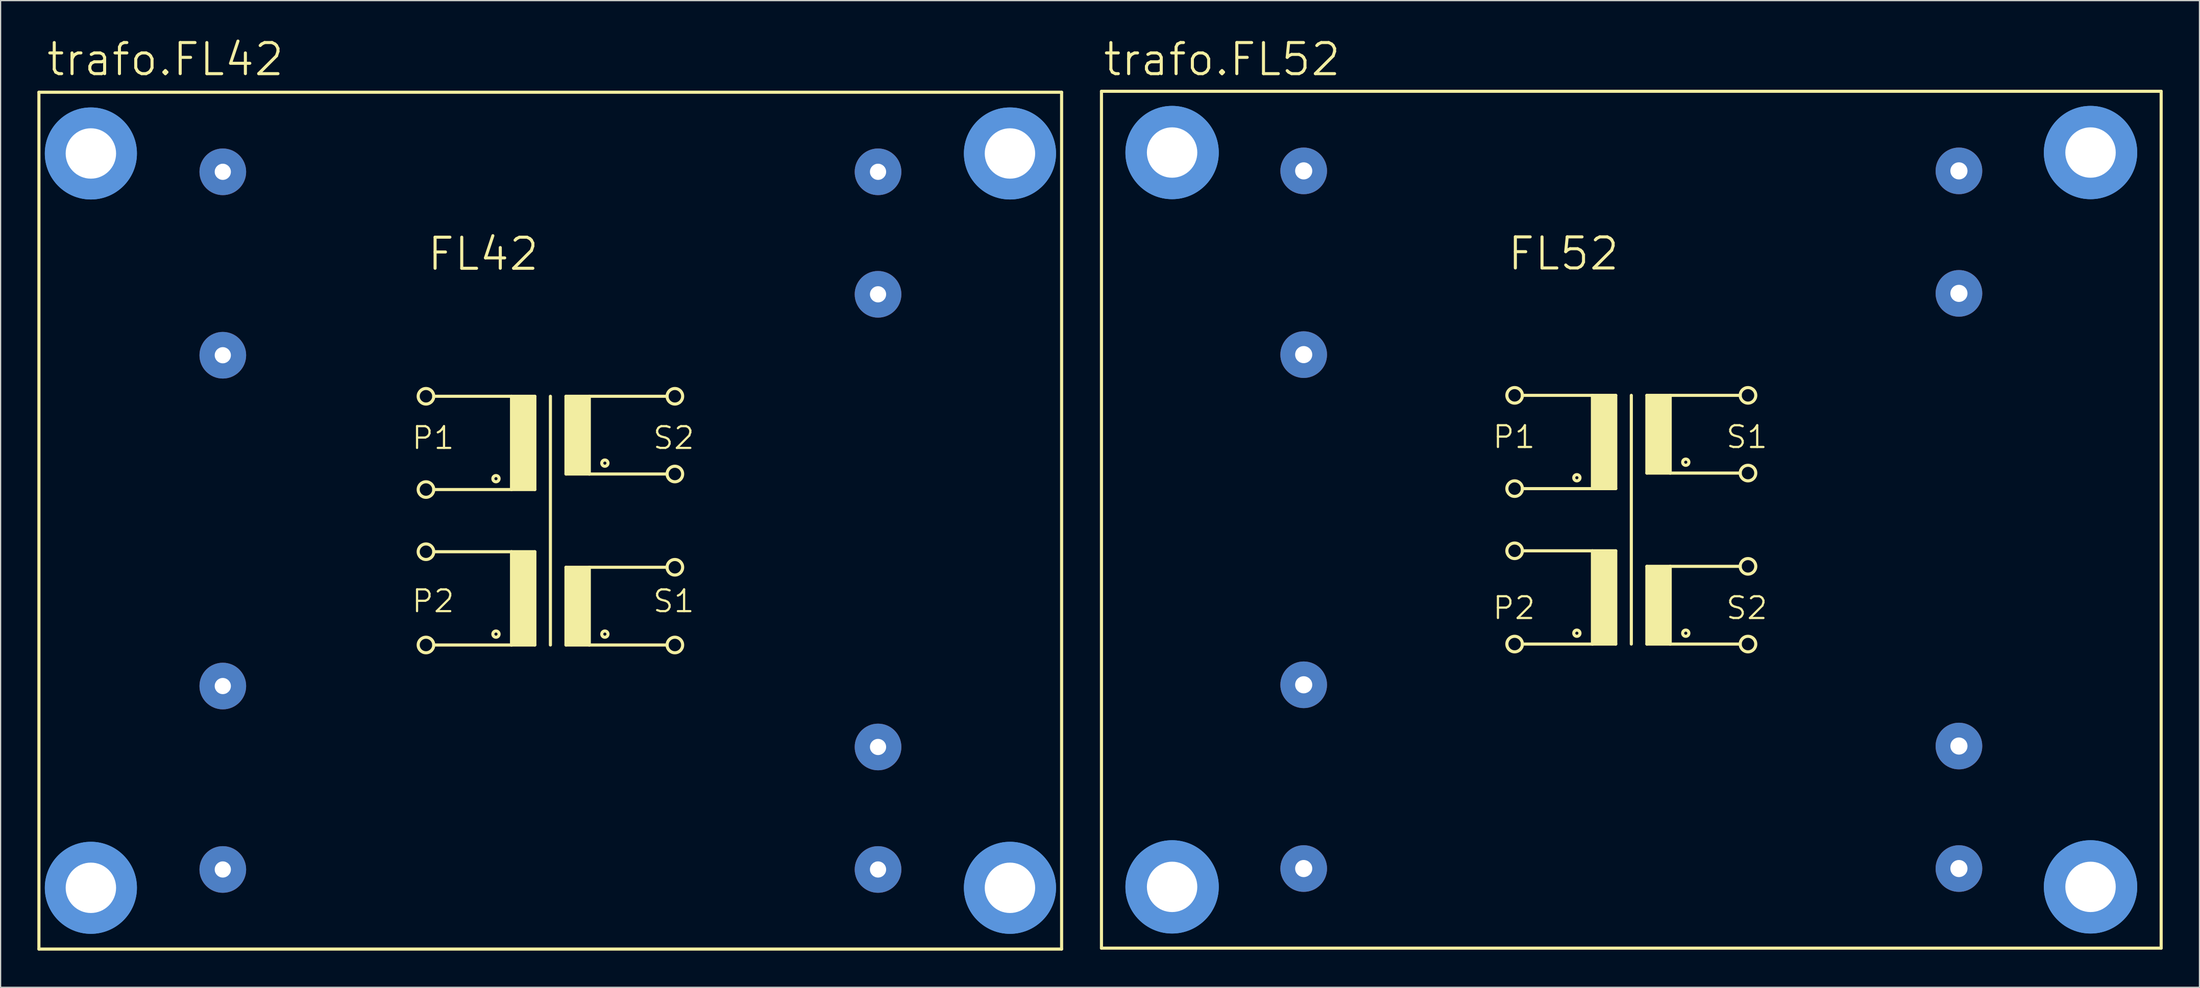
<source format=kicad_pcb>
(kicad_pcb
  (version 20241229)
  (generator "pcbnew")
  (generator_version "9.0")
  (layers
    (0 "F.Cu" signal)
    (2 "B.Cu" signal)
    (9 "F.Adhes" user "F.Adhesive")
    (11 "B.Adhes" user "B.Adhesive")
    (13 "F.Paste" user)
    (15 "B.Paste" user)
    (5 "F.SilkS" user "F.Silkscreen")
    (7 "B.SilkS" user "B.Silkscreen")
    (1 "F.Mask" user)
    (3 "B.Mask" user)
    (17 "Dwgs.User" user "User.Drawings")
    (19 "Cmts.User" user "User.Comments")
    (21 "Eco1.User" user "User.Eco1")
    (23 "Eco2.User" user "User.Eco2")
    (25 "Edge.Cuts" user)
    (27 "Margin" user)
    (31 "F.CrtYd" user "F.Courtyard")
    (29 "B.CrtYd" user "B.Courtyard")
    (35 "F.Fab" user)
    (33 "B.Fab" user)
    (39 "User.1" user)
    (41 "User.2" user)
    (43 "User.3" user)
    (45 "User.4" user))
  (footprint "trafo.FL52"
    (layer "F.Cu")
    (at 130.127 39.409)
    (property "Reference" "trafo.FL52" (at -43.256 -36.119 0) (layer "F.SilkS") (effects (font (size 2.54 2.54) (thickness 0.25)) (justify left bottom)))
    (attr through_hole)
    (fp_line (start -43.256 35.001) (end -43.256 -35.001) (stroke (width 0.254) (type default)) (layer "F.SilkS"))
    (fp_line (start -43.256 35.001) (end 43.256 35.001) (stroke (width 0.254) (type default)) (layer "F.SilkS"))
    (fp_line (start -8.89 -10.16) (end -3.175 -10.16) (stroke (width 0.254) (type default)) (layer "F.SilkS"))
    (fp_line (start -8.89 2.54) (end -3.175 2.54) (stroke (width 0.254) (type default)) (layer "F.SilkS"))
    (fp_line (start -3.175 -10.16) (end -3.175 -2.54) (stroke (width 0.254) (type default)) (layer "F.SilkS"))
    (fp_line (start -3.175 -10.16) (end -1.27 -10.16) (stroke (width 0.254) (type default)) (layer "F.SilkS"))
    (fp_line (start -3.175 -2.54) (end -8.89 -2.54) (stroke (width 0.254) (type default)) (layer "F.SilkS"))
    (fp_line (start -3.175 2.54) (end -3.175 10.16) (stroke (width 0.254) (type default)) (layer "F.SilkS"))
    (fp_line (start -3.175 2.54) (end -1.27 2.54) (stroke (width 0.254) (type default)) (layer "F.SilkS"))
    (fp_line (start -3.175 10.16) (end -8.89 10.16) (stroke (width 0.254) (type default)) (layer "F.SilkS"))
    (fp_line (start -1.27 -10.16) (end -1.27 -2.54) (stroke (width 0.254) (type default)) (layer "F.SilkS"))
    (fp_line (start -1.27 -2.54) (end -3.175 -2.54) (stroke (width 0.254) (type default)) (layer "F.SilkS"))
    (fp_line (start -1.27 2.54) (end -1.27 10.16) (stroke (width 0.254) (type default)) (layer "F.SilkS"))
    (fp_line (start -1.27 10.16) (end -3.175 10.16) (stroke (width 0.254) (type default)) (layer "F.SilkS"))
    (fp_line (start 0 -10.16) (end 0 10.16) (stroke (width 0.254) (type default)) (layer "F.SilkS"))
    (fp_line (start 1.27 -10.16) (end 1.27 -3.81) (stroke (width 0.254) (type default)) (layer "F.SilkS"))
    (fp_line (start 1.27 -10.16) (end 3.175 -10.16) (stroke (width 0.254) (type default)) (layer "F.SilkS"))
    (fp_line (start 1.27 -3.81) (end 3.175 -3.81) (stroke (width 0.254) (type default)) (layer "F.SilkS"))
    (fp_line (start 1.27 3.81) (end 1.27 10.16) (stroke (width 0.254) (type default)) (layer "F.SilkS"))
    (fp_line (start 1.27 3.81) (end 3.175 3.81) (stroke (width 0.254) (type default)) (layer "F.SilkS"))
    (fp_line (start 1.27 10.16) (end 3.175 10.16) (stroke (width 0.254) (type default)) (layer "F.SilkS"))
    (fp_line (start 3.175 -10.16) (end 8.89 -10.16) (stroke (width 0.254) (type default)) (layer "F.SilkS"))
    (fp_line (start 3.175 -3.81) (end 3.175 -10.16) (stroke (width 0.254) (type default)) (layer "F.SilkS"))
    (fp_line (start 3.175 -3.81) (end 8.89 -3.81) (stroke (width 0.254) (type default)) (layer "F.SilkS"))
    (fp_line (start 3.175 3.81) (end 8.89 3.81) (stroke (width 0.254) (type default)) (layer "F.SilkS"))
    (fp_line (start 3.175 10.16) (end 3.175 3.81) (stroke (width 0.254) (type default)) (layer "F.SilkS"))
    (fp_line (start 3.175 10.16) (end 8.89 10.16) (stroke (width 0.254) (type default)) (layer "F.SilkS"))
    (fp_line (start 43.256 -35.001) (end -43.256 -35.001) (stroke (width 0.254) (type default)) (layer "F.SilkS"))
    (fp_line (start 43.256 -35.001) (end 43.256 35.001) (stroke (width 0.254) (type default)) (layer "F.SilkS"))
    (fp_rect (start -3.175 -2.54) (end -1.27 -10.16) (stroke (width 0.05) (type default)) (fill yes) (layer "F.SilkS"))
    (fp_rect (start -3.175 10.16) (end -1.27 2.54) (stroke (width 0.05) (type default)) (fill yes) (layer "F.SilkS"))
    (fp_rect (start 1.27 -3.81) (end 3.175 -10.16) (stroke (width 0.05) (type default)) (fill yes) (layer "F.SilkS"))
    (fp_rect (start 1.27 10.16) (end 3.175 3.81) (stroke (width 0.05) (type default)) (fill yes) (layer "F.SilkS"))
    (fp_circle (center -9.525 -10.16) (end -8.89 -10.16) (stroke (width 0.254) (type default)) (fill no) (layer "F.SilkS"))
    (fp_circle (center -9.525 -2.54) (end -8.89 -2.54) (stroke (width 0.254) (type default)) (fill no) (layer "F.SilkS"))
    (fp_circle (center -9.525 2.54) (end -8.89 2.54) (stroke (width 0.254) (type default)) (fill no) (layer "F.SilkS"))
    (fp_circle (center -9.525 10.16) (end -8.89 10.16) (stroke (width 0.254) (type default)) (fill no) (layer "F.SilkS"))
    (fp_circle (center -4.445 -3.429) (end -4.191 -3.429) (stroke (width 0.254) (type default)) (fill no) (layer "F.SilkS"))
    (fp_circle (center -4.445 9.271) (end -4.191 9.271) (stroke (width 0.254) (type default)) (fill no) (layer "F.SilkS"))
    (fp_circle (center 4.445 -4.699) (end 4.699 -4.699) (stroke (width 0.254) (type default)) (fill no) (layer "F.SilkS"))
    (fp_circle (center 4.445 9.271) (end 4.699 9.271) (stroke (width 0.254) (type default)) (fill no) (layer "F.SilkS"))
    (fp_circle (center 9.525 -10.16) (end 10.16 -10.16) (stroke (width 0.254) (type default)) (fill no) (layer "F.SilkS"))
    (fp_circle (center 9.525 -3.81) (end 10.16 -3.81) (stroke (width 0.254) (type default)) (fill no) (layer "F.SilkS"))
    (fp_circle (center 9.525 3.81) (end 10.16 3.81) (stroke (width 0.254) (type default)) (fill no) (layer "F.SilkS"))
    (fp_circle (center 9.525 10.16) (end 10.16 10.16) (stroke (width 0.254) (type default)) (fill no) (layer "F.SilkS"))
    (fp_circle (center -37.49 -29.997) (end -34.569 -29.997) (stroke (width 1.778) (type default)) (fill no) (layer "Cmts.User"))
    (fp_circle (center -37.49 -29.997) (end -34.569 -29.997) (stroke (width 1.778) (type default)) (fill no) (layer "Cmts.User"))
    (fp_circle (center -37.49 29.997) (end -34.569 29.997) (stroke (width 1.778) (type default)) (fill no) (layer "Cmts.User"))
    (fp_circle (center -37.49 29.997) (end -34.569 29.997) (stroke (width 1.778) (type default)) (fill no) (layer "Cmts.User"))
    (fp_circle (center 37.49 -29.997) (end 40.411 -29.997) (stroke (width 1.778) (type default)) (fill no) (layer "Cmts.User"))
    (fp_circle (center 37.49 -29.997) (end 40.411 -29.997) (stroke (width 1.778) (type default)) (fill no) (layer "Cmts.User"))
    (fp_circle (center 37.49 29.997) (end 40.411 29.997) (stroke (width 1.778) (type default)) (fill no) (layer "Cmts.User"))
    (fp_circle (center 37.49 29.997) (end 40.411 29.997) (stroke (width 1.778) (type default)) (fill no) (layer "Cmts.User"))
    (fp_text user "S2" (at 7.62 8.255 0) (layer "F.SilkS") (effects (font (size 1.778 1.778) (thickness 0.18)) (justify left bottom)))
    (fp_text user "S1" (at 7.62 -5.715 0) (layer "F.SilkS") (effects (font (size 1.778 1.778) (thickness 0.18)) (justify left bottom)))
    (fp_text user "FL52" (at -10.236 -20.244 0) (layer "F.SilkS") (effects (font (size 2.54 2.54) (thickness 0.25)) (justify left bottom)))
    (fp_text user "P1" (at -11.43 -5.715 0) (layer "F.SilkS") (effects (font (size 1.778 1.778) (thickness 0.18)) (justify left bottom)))
    (fp_text user "P2" (at -11.43 8.255 0) (layer "F.SilkS") (effects (font (size 1.778 1.778) (thickness 0.18)) (justify left bottom)))
    (pad "" np_thru_hole circle (at -37.49 -29.997) (size 4.115 4.115) (drill 4.115) (layers "*.Cu" "*.Mask"))
    (pad "" np_thru_hole circle (at -37.49 29.997) (size 4.115 4.115) (drill 4.115) (layers "*.Cu" "*.Mask"))
    (pad "" np_thru_hole circle (at 37.49 -29.997) (size 4.115 4.115) (drill 4.115) (layers "*.Cu" "*.Mask"))
    (pad "" np_thru_hole circle (at 37.49 29.997) (size 4.115 4.115) (drill 4.115) (layers "*.Cu" "*.Mask"))
    (pad "1" thru_hole circle (at -26.746 -28.499) (size 3.81 3.81) (drill 1.397) (layers "*.Cu" "*.Mask"))
    (pad "2" thru_hole circle (at -26.746 -13.487) (size 3.81 3.81) (drill 1.397) (layers "*.Cu" "*.Mask"))
    (pad "3" thru_hole circle (at -26.746 13.487) (size 3.81 3.81) (drill 1.397) (layers "*.Cu" "*.Mask"))
    (pad "4" thru_hole circle (at -26.746 28.499) (size 3.81 3.81) (drill 1.397) (layers "*.Cu" "*.Mask"))
    (pad "5" thru_hole circle (at 26.746 28.499) (size 3.81 3.81) (drill 1.397) (layers "*.Cu" "*.Mask"))
    (pad "6" thru_hole circle (at 26.746 18.491) (size 3.81 3.81) (drill 1.397) (layers "*.Cu" "*.Mask"))
    (pad "7" thru_hole circle (at 26.746 -18.491) (size 3.81 3.81) (drill 1.397) (layers "*.Cu" "*.Mask"))
    (pad "8" thru_hole circle (at 26.746 -28.499) (size 3.81 3.81) (drill 1.397) (layers "*.Cu" "*.Mask")))
  (footprint "trafo.FL42"
    (layer "F.Cu")
    (at 41.885 39.485)
    (property "Reference" "trafo.FL42" (at -41.275 -36.195 0) (layer "F.SilkS") (effects (font (size 2.54 2.54) (thickness 0.25)) (justify left bottom)))
    (attr through_hole)
    (fp_line (start -41.758 35.001) (end -41.758 -35.001) (stroke (width 0.254) (type default)) (layer "F.SilkS"))
    (fp_line (start -41.758 35.001) (end 41.732 35.001) (stroke (width 0.254) (type default)) (layer "F.SilkS"))
    (fp_line (start -9.525 2.54) (end -3.175 2.54) (stroke (width 0.254) (type default)) (layer "F.SilkS"))
    (fp_line (start -3.175 -10.16) (end -9.525 -10.16) (stroke (width 0.254) (type default)) (layer "F.SilkS"))
    (fp_line (start -3.175 -10.16) (end -3.175 -2.54) (stroke (width 0.254) (type default)) (layer "F.SilkS"))
    (fp_line (start -3.175 -10.16) (end -1.27 -10.16) (stroke (width 0.254) (type default)) (layer "F.SilkS"))
    (fp_line (start -3.175 -2.54) (end -9.525 -2.54) (stroke (width 0.254) (type default)) (layer "F.SilkS"))
    (fp_line (start -3.175 2.54) (end -3.175 10.16) (stroke (width 0.254) (type default)) (layer "F.SilkS"))
    (fp_line (start -3.175 2.54) (end -1.27 2.54) (stroke (width 0.254) (type default)) (layer "F.SilkS"))
    (fp_line (start -3.175 10.16) (end -9.525 10.16) (stroke (width 0.254) (type default)) (layer "F.SilkS"))
    (fp_line (start -1.27 -10.16) (end -1.27 -2.54) (stroke (width 0.254) (type default)) (layer "F.SilkS"))
    (fp_line (start -1.27 -2.54) (end -3.175 -2.54) (stroke (width 0.254) (type default)) (layer "F.SilkS"))
    (fp_line (start -1.27 2.54) (end -1.27 10.16) (stroke (width 0.254) (type default)) (layer "F.SilkS"))
    (fp_line (start -1.27 10.16) (end -3.175 10.16) (stroke (width 0.254) (type default)) (layer "F.SilkS"))
    (fp_line (start 0 -10.16) (end 0 10.16) (stroke (width 0.254) (type default)) (layer "F.SilkS"))
    (fp_line (start 1.27 -10.16) (end 1.27 -3.81) (stroke (width 0.254) (type default)) (layer "F.SilkS"))
    (fp_line (start 1.27 -10.16) (end 3.175 -10.16) (stroke (width 0.254) (type default)) (layer "F.SilkS"))
    (fp_line (start 1.27 -3.81) (end 3.175 -3.81) (stroke (width 0.254) (type default)) (layer "F.SilkS"))
    (fp_line (start 1.27 3.81) (end 1.27 10.16) (stroke (width 0.254) (type default)) (layer "F.SilkS"))
    (fp_line (start 1.27 3.81) (end 3.175 3.81) (stroke (width 0.254) (type default)) (layer "F.SilkS"))
    (fp_line (start 1.27 10.16) (end 3.175 10.16) (stroke (width 0.254) (type default)) (layer "F.SilkS"))
    (fp_line (start 3.175 -10.16) (end 9.525 -10.16) (stroke (width 0.254) (type default)) (layer "F.SilkS"))
    (fp_line (start 3.175 -3.81) (end 3.175 -10.16) (stroke (width 0.254) (type default)) (layer "F.SilkS"))
    (fp_line (start 3.175 -3.81) (end 9.525 -3.81) (stroke (width 0.254) (type default)) (layer "F.SilkS"))
    (fp_line (start 3.175 3.81) (end 9.525 3.81) (stroke (width 0.254) (type default)) (layer "F.SilkS"))
    (fp_line (start 3.175 10.16) (end 3.175 3.81) (stroke (width 0.254) (type default)) (layer "F.SilkS"))
    (fp_line (start 3.175 10.16) (end 9.525 10.16) (stroke (width 0.254) (type default)) (layer "F.SilkS"))
    (fp_line (start 41.732 -35.001) (end -41.758 -35.001) (stroke (width 0.254) (type default)) (layer "F.SilkS"))
    (fp_line (start 41.732 -35.001) (end 41.732 35.001) (stroke (width 0.254) (type default)) (layer "F.SilkS"))
    (fp_rect (start -3.175 -2.54) (end -1.27 -10.16) (stroke (width 0.05) (type default)) (fill yes) (layer "F.SilkS"))
    (fp_rect (start -3.175 10.16) (end -1.27 2.54) (stroke (width 0.05) (type default)) (fill yes) (layer "F.SilkS"))
    (fp_rect (start 1.27 -3.81) (end 3.175 -10.16) (stroke (width 0.05) (type default)) (fill yes) (layer "F.SilkS"))
    (fp_rect (start 1.27 10.16) (end 3.175 3.81) (stroke (width 0.05) (type default)) (fill yes) (layer "F.SilkS"))
    (fp_circle (center -10.16 -10.16) (end -9.525 -10.16) (stroke (width 0.254) (type default)) (fill no) (layer "F.SilkS"))
    (fp_circle (center -10.16 -2.54) (end -9.525 -2.54) (stroke (width 0.254) (type default)) (fill no) (layer "F.SilkS"))
    (fp_circle (center -10.16 2.54) (end -9.525 2.54) (stroke (width 0.254) (type default)) (fill no) (layer "F.SilkS"))
    (fp_circle (center -10.16 10.16) (end -9.525 10.16) (stroke (width 0.254) (type default)) (fill no) (layer "F.SilkS"))
    (fp_circle (center -4.445 -3.429) (end -4.191 -3.429) (stroke (width 0.254) (type default)) (fill no) (layer "F.SilkS"))
    (fp_circle (center -4.445 9.271) (end -4.191 9.271) (stroke (width 0.254) (type default)) (fill no) (layer "F.SilkS"))
    (fp_circle (center 4.445 -4.699) (end 4.699 -4.699) (stroke (width 0.254) (type default)) (fill no) (layer "F.SilkS"))
    (fp_circle (center 4.445 9.271) (end 4.699 9.271) (stroke (width 0.254) (type default)) (fill no) (layer "F.SilkS"))
    (fp_circle (center 10.16 -10.16) (end 10.795 -10.16) (stroke (width 0.254) (type default)) (fill no) (layer "F.SilkS"))
    (fp_circle (center 10.16 -3.81) (end 10.795 -3.81) (stroke (width 0.254) (type default)) (fill no) (layer "F.SilkS"))
    (fp_circle (center 10.16 3.81) (end 10.795 3.81) (stroke (width 0.254) (type default)) (fill no) (layer "F.SilkS"))
    (fp_circle (center 10.16 10.16) (end 10.795 10.16) (stroke (width 0.254) (type default)) (fill no) (layer "F.SilkS"))
    (fp_circle (center -37.516 -29.997) (end -34.646 -29.997) (stroke (width 1.778) (type default)) (fill no) (layer "Cmts.User"))
    (fp_circle (center -37.516 -29.997) (end -34.646 -29.997) (stroke (width 1.778) (type default)) (fill no) (layer "Cmts.User"))
    (fp_circle (center -37.516 29.997) (end -34.646 29.997) (stroke (width 1.778) (type default)) (fill no) (layer "Cmts.User"))
    (fp_circle (center -37.516 29.997) (end -34.646 29.997) (stroke (width 1.778) (type default)) (fill no) (layer "Cmts.User"))
    (fp_circle (center 37.516 -29.997) (end 40.386 -29.997) (stroke (width 1.778) (type default)) (fill no) (layer "Cmts.User"))
    (fp_circle (center 37.516 -29.997) (end 40.386 -29.997) (stroke (width 1.778) (type default)) (fill no) (layer "Cmts.User"))
    (fp_circle (center 37.516 29.997) (end 40.386 29.997) (stroke (width 1.778) (type default)) (fill no) (layer "Cmts.User"))
    (fp_circle (center 37.516 29.997) (end 40.386 29.997) (stroke (width 1.778) (type default)) (fill no) (layer "Cmts.User"))
    (fp_text user "FL42" (at -10.185 -20.295 0) (layer "F.SilkS") (effects (font (size 2.54 2.54) (thickness 0.25)) (justify left bottom)))
    (fp_text user "S2" (at 8.255 -5.715 0) (layer "F.SilkS") (effects (font (size 1.778 1.778) (thickness 0.18)) (justify left bottom)))
    (fp_text user "P1" (at -11.43 -5.715 0) (layer "F.SilkS") (effects (font (size 1.778 1.778) (thickness 0.18)) (justify left bottom)))
    (fp_text user "S1" (at 8.255 7.62 0) (layer "F.SilkS") (effects (font (size 1.778 1.778) (thickness 0.18)) (justify left bottom)))
    (fp_text user "P2" (at -11.43 7.62 0) (layer "F.SilkS") (effects (font (size 1.778 1.778) (thickness 0.18)) (justify left bottom)))
    (pad "" np_thru_hole circle (at -37.516 -29.997) (size 4.115 4.115) (drill 4.115) (layers "*.Cu" "*.Mask"))
    (pad "" np_thru_hole circle (at -37.516 29.997) (size 4.115 4.115) (drill 4.115) (layers "*.Cu" "*.Mask"))
    (pad "" np_thru_hole circle (at 37.516 -29.997) (size 4.115 4.115) (drill 4.115) (layers "*.Cu" "*.Mask"))
    (pad "" np_thru_hole circle (at 37.516 29.997) (size 4.115 4.115) (drill 4.115) (layers "*.Cu" "*.Mask"))
    (pad "1" thru_hole circle (at -26.746 -28.499) (size 3.81 3.81) (drill 1.321) (layers "*.Cu" "*.Mask"))
    (pad "2" thru_hole circle (at -26.746 -13.513) (size 3.81 3.81) (drill 1.321) (layers "*.Cu" "*.Mask"))
    (pad "3" thru_hole circle (at -26.746 13.513) (size 3.81 3.81) (drill 1.321) (layers "*.Cu" "*.Mask"))
    (pad "4" thru_hole circle (at -26.746 28.499) (size 3.81 3.81) (drill 1.321) (layers "*.Cu" "*.Mask"))
    (pad "5" thru_hole circle (at 26.746 28.499) (size 3.81 3.81) (drill 1.321) (layers "*.Cu" "*.Mask"))
    (pad "6" thru_hole circle (at 26.746 18.491) (size 3.81 3.81) (drill 1.321) (layers "*.Cu" "*.Mask"))
    (pad "7" thru_hole circle (at 26.746 -18.491) (size 3.81 3.81) (drill 1.321) (layers "*.Cu" "*.Mask"))
    (pad "8" thru_hole circle (at 26.746 -28.499) (size 3.81 3.81) (drill 1.321) (layers "*.Cu" "*.Mask")))
  (gr_rect
    (start -3 -3)
    (end 176.51 77.613)
    (stroke (width 0.1) (type default))
    (fill no)
    (layer "Edge.Cuts")))
</source>
